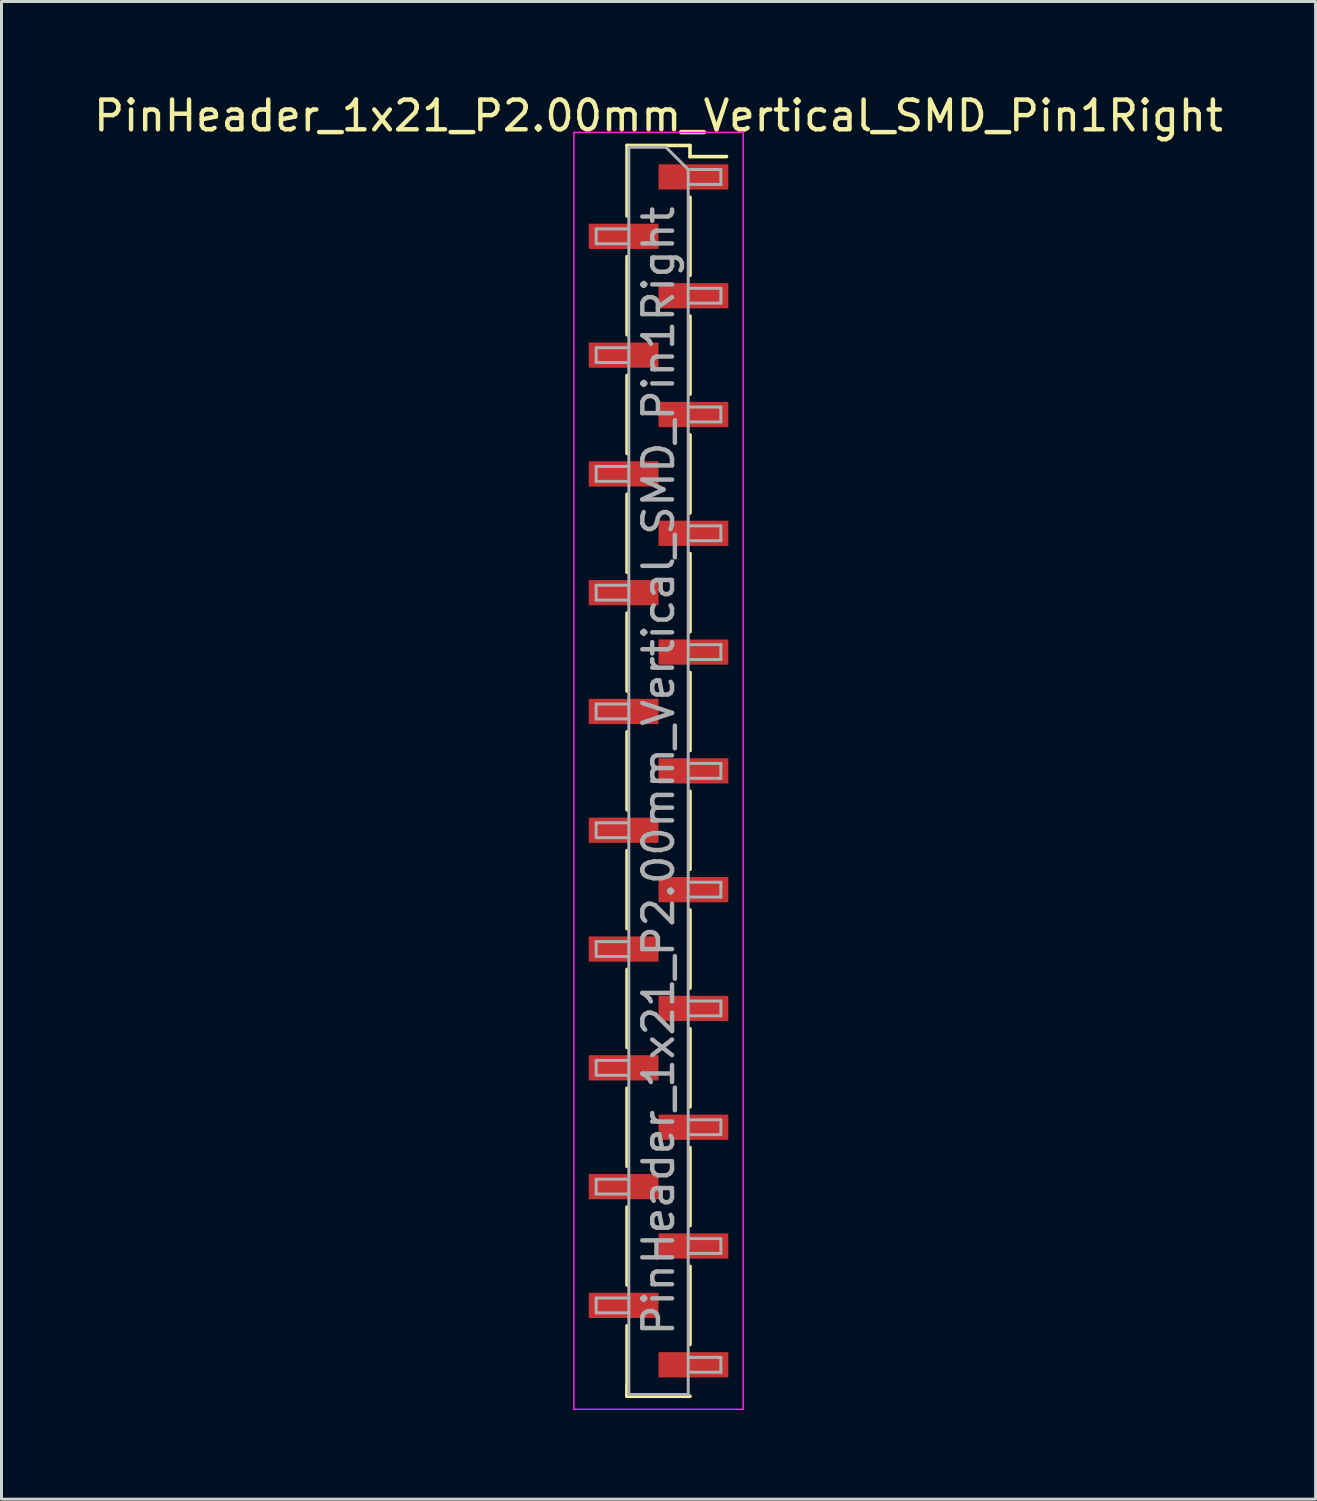
<source format=kicad_pcb>
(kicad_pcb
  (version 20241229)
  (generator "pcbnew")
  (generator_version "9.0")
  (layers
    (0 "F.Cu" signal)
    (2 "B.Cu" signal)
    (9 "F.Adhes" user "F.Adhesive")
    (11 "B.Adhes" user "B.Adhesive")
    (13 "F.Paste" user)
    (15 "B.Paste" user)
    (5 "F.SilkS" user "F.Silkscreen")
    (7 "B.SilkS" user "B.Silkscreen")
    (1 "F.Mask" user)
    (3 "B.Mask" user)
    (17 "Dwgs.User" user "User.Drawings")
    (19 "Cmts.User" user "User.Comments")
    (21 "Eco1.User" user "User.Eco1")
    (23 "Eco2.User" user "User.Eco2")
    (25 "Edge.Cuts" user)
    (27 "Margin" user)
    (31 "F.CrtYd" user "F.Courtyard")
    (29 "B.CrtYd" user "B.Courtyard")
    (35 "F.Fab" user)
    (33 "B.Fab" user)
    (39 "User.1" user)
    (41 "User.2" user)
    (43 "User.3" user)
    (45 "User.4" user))
  (footprint "PinHeader_1x21_P2.00mm_Vertical_SMD_Pin1Right"
    (layer "F.Cu")
    (at 19.125 22.908)
    (property "Reference" "PinHeader_1x21_P2.00mm_Vertical_SMD_Pin1Right" (at 0 -22.06 0) (layer "F.SilkS") (effects (font (size 1 1) (thickness 0.15))))
    (attr smd)
    (fp_line (start -1.06 -21.06) (end -1.06 -18.685) (stroke (width 0.12) (type solid)) (layer "F.SilkS"))
    (fp_line (start -1.06 -21.06) (end 1.06 -21.06) (stroke (width 0.12) (type solid)) (layer "F.SilkS"))
    (fp_line (start -1.06 -17.315) (end -1.06 -14.685) (stroke (width 0.12) (type solid)) (layer "F.SilkS"))
    (fp_line (start -1.06 -13.315) (end -1.06 -10.685) (stroke (width 0.12) (type solid)) (layer "F.SilkS"))
    (fp_line (start -1.06 -9.315) (end -1.06 -6.685) (stroke (width 0.12) (type solid)) (layer "F.SilkS"))
    (fp_line (start -1.06 -5.315) (end -1.06 -2.685) (stroke (width 0.12) (type solid)) (layer "F.SilkS"))
    (fp_line (start -1.06 -1.315) (end -1.06 1.315) (stroke (width 0.12) (type solid)) (layer "F.SilkS"))
    (fp_line (start -1.06 2.685) (end -1.06 5.315) (stroke (width 0.12) (type solid)) (layer "F.SilkS"))
    (fp_line (start -1.06 6.685) (end -1.06 9.315) (stroke (width 0.12) (type solid)) (layer "F.SilkS"))
    (fp_line (start -1.06 10.685) (end -1.06 13.315) (stroke (width 0.12) (type solid)) (layer "F.SilkS"))
    (fp_line (start -1.06 14.685) (end -1.06 17.315) (stroke (width 0.12) (type solid)) (layer "F.SilkS"))
    (fp_line (start -1.06 18.685) (end -1.06 21.06) (stroke (width 0.12) (type solid)) (layer "F.SilkS"))
    (fp_line (start -1.06 20.685) (end -1.06 21.06) (stroke (width 0.12) (type solid)) (layer "F.SilkS"))
    (fp_line (start -1.06 21.06) (end 1.06 21.06) (stroke (width 0.12) (type solid)) (layer "F.SilkS"))
    (fp_line (start 1.06 -21.06) (end 1.06 -20.685) (stroke (width 0.12) (type solid)) (layer "F.SilkS"))
    (fp_line (start 1.06 -20.685) (end 2.29 -20.685) (stroke (width 0.12) (type solid)) (layer "F.SilkS"))
    (fp_line (start 1.06 -19.315) (end 1.06 -16.685) (stroke (width 0.12) (type solid)) (layer "F.SilkS"))
    (fp_line (start 1.06 -15.315) (end 1.06 -12.685) (stroke (width 0.12) (type solid)) (layer "F.SilkS"))
    (fp_line (start 1.06 -11.315) (end 1.06 -8.685) (stroke (width 0.12) (type solid)) (layer "F.SilkS"))
    (fp_line (start 1.06 -7.315) (end 1.06 -4.685) (stroke (width 0.12) (type solid)) (layer "F.SilkS"))
    (fp_line (start 1.06 -3.315) (end 1.06 -0.685) (stroke (width 0.12) (type solid)) (layer "F.SilkS"))
    (fp_line (start 1.06 0.685) (end 1.06 3.315) (stroke (width 0.12) (type solid)) (layer "F.SilkS"))
    (fp_line (start 1.06 4.685) (end 1.06 7.315) (stroke (width 0.12) (type solid)) (layer "F.SilkS"))
    (fp_line (start 1.06 8.685) (end 1.06 11.315) (stroke (width 0.12) (type solid)) (layer "F.SilkS"))
    (fp_line (start 1.06 12.685) (end 1.06 15.315) (stroke (width 0.12) (type solid)) (layer "F.SilkS"))
    (fp_line (start 1.06 16.685) (end 1.06 19.315) (stroke (width 0.12) (type solid)) (layer "F.SilkS"))
    (fp_line (start -2.85 -21.5) (end -2.85 21.5) (stroke (width 0.05) (type solid)) (layer "F.CrtYd"))
    (fp_line (start -2.85 21.5) (end 2.85 21.5) (stroke (width 0.05) (type solid)) (layer "F.CrtYd"))
    (fp_line (start 2.85 -21.5) (end -2.85 -21.5) (stroke (width 0.05) (type solid)) (layer "F.CrtYd"))
    (fp_line (start 2.85 21.5) (end 2.85 -21.5) (stroke (width 0.05) (type solid)) (layer "F.CrtYd"))
    (fp_line (start -2.1 -18.25) (end -2.1 -17.75) (stroke (width 0.1) (type solid)) (layer "F.Fab"))
    (fp_line (start -2.1 -17.75) (end -1 -17.75) (stroke (width 0.1) (type solid)) (layer "F.Fab"))
    (fp_line (start -2.1 -14.25) (end -2.1 -13.75) (stroke (width 0.1) (type solid)) (layer "F.Fab"))
    (fp_line (start -2.1 -13.75) (end -1 -13.75) (stroke (width 0.1) (type solid)) (layer "F.Fab"))
    (fp_line (start -2.1 -10.25) (end -2.1 -9.75) (stroke (width 0.1) (type solid)) (layer "F.Fab"))
    (fp_line (start -2.1 -9.75) (end -1 -9.75) (stroke (width 0.1) (type solid)) (layer "F.Fab"))
    (fp_line (start -2.1 -6.25) (end -2.1 -5.75) (stroke (width 0.1) (type solid)) (layer "F.Fab"))
    (fp_line (start -2.1 -5.75) (end -1 -5.75) (stroke (width 0.1) (type solid)) (layer "F.Fab"))
    (fp_line (start -2.1 -2.25) (end -2.1 -1.75) (stroke (width 0.1) (type solid)) (layer "F.Fab"))
    (fp_line (start -2.1 -1.75) (end -1 -1.75) (stroke (width 0.1) (type solid)) (layer "F.Fab"))
    (fp_line (start -2.1 1.75) (end -2.1 2.25) (stroke (width 0.1) (type solid)) (layer "F.Fab"))
    (fp_line (start -2.1 2.25) (end -1 2.25) (stroke (width 0.1) (type solid)) (layer "F.Fab"))
    (fp_line (start -2.1 5.75) (end -2.1 6.25) (stroke (width 0.1) (type solid)) (layer "F.Fab"))
    (fp_line (start -2.1 6.25) (end -1 6.25) (stroke (width 0.1) (type solid)) (layer "F.Fab"))
    (fp_line (start -2.1 9.75) (end -2.1 10.25) (stroke (width 0.1) (type solid)) (layer "F.Fab"))
    (fp_line (start -2.1 10.25) (end -1 10.25) (stroke (width 0.1) (type solid)) (layer "F.Fab"))
    (fp_line (start -2.1 13.75) (end -2.1 14.25) (stroke (width 0.1) (type solid)) (layer "F.Fab"))
    (fp_line (start -2.1 14.25) (end -1 14.25) (stroke (width 0.1) (type solid)) (layer "F.Fab"))
    (fp_line (start -2.1 17.75) (end -2.1 18.25) (stroke (width 0.1) (type solid)) (layer "F.Fab"))
    (fp_line (start -2.1 18.25) (end -1 18.25) (stroke (width 0.1) (type solid)) (layer "F.Fab"))
    (fp_line (start -1 -21) (end -1 21) (stroke (width 0.1) (type solid)) (layer "F.Fab"))
    (fp_line (start -1 -21) (end 0.25 -21) (stroke (width 0.1) (type solid)) (layer "F.Fab"))
    (fp_line (start -1 -18.25) (end -2.1 -18.25) (stroke (width 0.1) (type solid)) (layer "F.Fab"))
    (fp_line (start -1 -14.25) (end -2.1 -14.25) (stroke (width 0.1) (type solid)) (layer "F.Fab"))
    (fp_line (start -1 -10.25) (end -2.1 -10.25) (stroke (width 0.1) (type solid)) (layer "F.Fab"))
    (fp_line (start -1 -6.25) (end -2.1 -6.25) (stroke (width 0.1) (type solid)) (layer "F.Fab"))
    (fp_line (start -1 -2.25) (end -2.1 -2.25) (stroke (width 0.1) (type solid)) (layer "F.Fab"))
    (fp_line (start -1 1.75) (end -2.1 1.75) (stroke (width 0.1) (type solid)) (layer "F.Fab"))
    (fp_line (start -1 5.75) (end -2.1 5.75) (stroke (width 0.1) (type solid)) (layer "F.Fab"))
    (fp_line (start -1 9.75) (end -2.1 9.75) (stroke (width 0.1) (type solid)) (layer "F.Fab"))
    (fp_line (start -1 13.75) (end -2.1 13.75) (stroke (width 0.1) (type solid)) (layer "F.Fab"))
    (fp_line (start -1 17.75) (end -2.1 17.75) (stroke (width 0.1) (type solid)) (layer "F.Fab"))
    (fp_line (start 1 -20.25) (end 0.25 -21) (stroke (width 0.1) (type solid)) (layer "F.Fab"))
    (fp_line (start 1 -20.25) (end 2.1 -20.25) (stroke (width 0.1) (type solid)) (layer "F.Fab"))
    (fp_line (start 1 -16.25) (end 2.1 -16.25) (stroke (width 0.1) (type solid)) (layer "F.Fab"))
    (fp_line (start 1 -12.25) (end 2.1 -12.25) (stroke (width 0.1) (type solid)) (layer "F.Fab"))
    (fp_line (start 1 -8.25) (end 2.1 -8.25) (stroke (width 0.1) (type solid)) (layer "F.Fab"))
    (fp_line (start 1 -4.25) (end 2.1 -4.25) (stroke (width 0.1) (type solid)) (layer "F.Fab"))
    (fp_line (start 1 -0.25) (end 2.1 -0.25) (stroke (width 0.1) (type solid)) (layer "F.Fab"))
    (fp_line (start 1 3.75) (end 2.1 3.75) (stroke (width 0.1) (type solid)) (layer "F.Fab"))
    (fp_line (start 1 7.75) (end 2.1 7.75) (stroke (width 0.1) (type solid)) (layer "F.Fab"))
    (fp_line (start 1 11.75) (end 2.1 11.75) (stroke (width 0.1) (type solid)) (layer "F.Fab"))
    (fp_line (start 1 15.75) (end 2.1 15.75) (stroke (width 0.1) (type solid)) (layer "F.Fab"))
    (fp_line (start 1 19.75) (end 2.1 19.75) (stroke (width 0.1) (type solid)) (layer "F.Fab"))
    (fp_line (start 1 21) (end -1 21) (stroke (width 0.1) (type solid)) (layer "F.Fab"))
    (fp_line (start 1 21) (end 1 -20.25) (stroke (width 0.1) (type solid)) (layer "F.Fab"))
    (fp_line (start 2.1 -20.25) (end 2.1 -19.75) (stroke (width 0.1) (type solid)) (layer "F.Fab"))
    (fp_line (start 2.1 -19.75) (end 1 -19.75) (stroke (width 0.1) (type solid)) (layer "F.Fab"))
    (fp_line (start 2.1 -16.25) (end 2.1 -15.75) (stroke (width 0.1) (type solid)) (layer "F.Fab"))
    (fp_line (start 2.1 -15.75) (end 1 -15.75) (stroke (width 0.1) (type solid)) (layer "F.Fab"))
    (fp_line (start 2.1 -12.25) (end 2.1 -11.75) (stroke (width 0.1) (type solid)) (layer "F.Fab"))
    (fp_line (start 2.1 -11.75) (end 1 -11.75) (stroke (width 0.1) (type solid)) (layer "F.Fab"))
    (fp_line (start 2.1 -8.25) (end 2.1 -7.75) (stroke (width 0.1) (type solid)) (layer "F.Fab"))
    (fp_line (start 2.1 -7.75) (end 1 -7.75) (stroke (width 0.1) (type solid)) (layer "F.Fab"))
    (fp_line (start 2.1 -4.25) (end 2.1 -3.75) (stroke (width 0.1) (type solid)) (layer "F.Fab"))
    (fp_line (start 2.1 -3.75) (end 1 -3.75) (stroke (width 0.1) (type solid)) (layer "F.Fab"))
    (fp_line (start 2.1 -0.25) (end 2.1 0.25) (stroke (width 0.1) (type solid)) (layer "F.Fab"))
    (fp_line (start 2.1 0.25) (end 1 0.25) (stroke (width 0.1) (type solid)) (layer "F.Fab"))
    (fp_line (start 2.1 3.75) (end 2.1 4.25) (stroke (width 0.1) (type solid)) (layer "F.Fab"))
    (fp_line (start 2.1 4.25) (end 1 4.25) (stroke (width 0.1) (type solid)) (layer "F.Fab"))
    (fp_line (start 2.1 7.75) (end 2.1 8.25) (stroke (width 0.1) (type solid)) (layer "F.Fab"))
    (fp_line (start 2.1 8.25) (end 1 8.25) (stroke (width 0.1) (type solid)) (layer "F.Fab"))
    (fp_line (start 2.1 11.75) (end 2.1 12.25) (stroke (width 0.1) (type solid)) (layer "F.Fab"))
    (fp_line (start 2.1 12.25) (end 1 12.25) (stroke (width 0.1) (type solid)) (layer "F.Fab"))
    (fp_line (start 2.1 15.75) (end 2.1 16.25) (stroke (width 0.1) (type solid)) (layer "F.Fab"))
    (fp_line (start 2.1 16.25) (end 1 16.25) (stroke (width 0.1) (type solid)) (layer "F.Fab"))
    (fp_line (start 2.1 19.75) (end 2.1 20.25) (stroke (width 0.1) (type solid)) (layer "F.Fab"))
    (fp_line (start 2.1 20.25) (end 1 20.25) (stroke (width 0.1) (type solid)) (layer "F.Fab"))
    (fp_text user "${REFERENCE}" (at 0 0 90) (layer "F.Fab") (effects (font (size 1 1) (thickness 0.15))))
    (pad "1" smd rect (at 1.175 -20) (size 2.35 0.85) (layers "F.Cu" "F.Mask" "F.Paste"))
    (pad "2" smd rect (at -1.175 -18) (size 2.35 0.85) (layers "F.Cu" "F.Mask" "F.Paste"))
    (pad "3" smd rect (at 1.175 -16) (size 2.35 0.85) (layers "F.Cu" "F.Mask" "F.Paste"))
    (pad "4" smd rect (at -1.175 -14) (size 2.35 0.85) (layers "F.Cu" "F.Mask" "F.Paste"))
    (pad "5" smd rect (at 1.175 -12) (size 2.35 0.85) (layers "F.Cu" "F.Mask" "F.Paste"))
    (pad "6" smd rect (at -1.175 -10) (size 2.35 0.85) (layers "F.Cu" "F.Mask" "F.Paste"))
    (pad "7" smd rect (at 1.175 -8) (size 2.35 0.85) (layers "F.Cu" "F.Mask" "F.Paste"))
    (pad "8" smd rect (at -1.175 -6) (size 2.35 0.85) (layers "F.Cu" "F.Mask" "F.Paste"))
    (pad "9" smd rect (at 1.175 -4) (size 2.35 0.85) (layers "F.Cu" "F.Mask" "F.Paste"))
    (pad "10" smd rect (at -1.175 -2) (size 2.35 0.85) (layers "F.Cu" "F.Mask" "F.Paste"))
    (pad "11" smd rect (at 1.175 0) (size 2.35 0.85) (layers "F.Cu" "F.Mask" "F.Paste"))
    (pad "12" smd rect (at -1.175 2) (size 2.35 0.85) (layers "F.Cu" "F.Mask" "F.Paste"))
    (pad "13" smd rect (at 1.175 4) (size 2.35 0.85) (layers "F.Cu" "F.Mask" "F.Paste"))
    (pad "14" smd rect (at -1.175 6) (size 2.35 0.85) (layers "F.Cu" "F.Mask" "F.Paste"))
    (pad "15" smd rect (at 1.175 8) (size 2.35 0.85) (layers "F.Cu" "F.Mask" "F.Paste"))
    (pad "16" smd rect (at -1.175 10) (size 2.35 0.85) (layers "F.Cu" "F.Mask" "F.Paste"))
    (pad "17" smd rect (at 1.175 12) (size 2.35 0.85) (layers "F.Cu" "F.Mask" "F.Paste"))
    (pad "18" smd rect (at -1.175 14) (size 2.35 0.85) (layers "F.Cu" "F.Mask" "F.Paste"))
    (pad "19" smd rect (at 1.175 16) (size 2.35 0.85) (layers "F.Cu" "F.Mask" "F.Paste"))
    (pad "20" smd rect (at -1.175 18) (size 2.35 0.85) (layers "F.Cu" "F.Mask" "F.Paste"))
    (pad "21" smd rect (at 1.175 20) (size 2.35 0.85) (layers "F.Cu" "F.Mask" "F.Paste")))
  (gr_rect
    (start -3 -3)
    (end 41.25 47.433)
    (stroke (width 0.1) (type default))
    (fill no)
    (layer "Edge.Cuts")))
</source>
